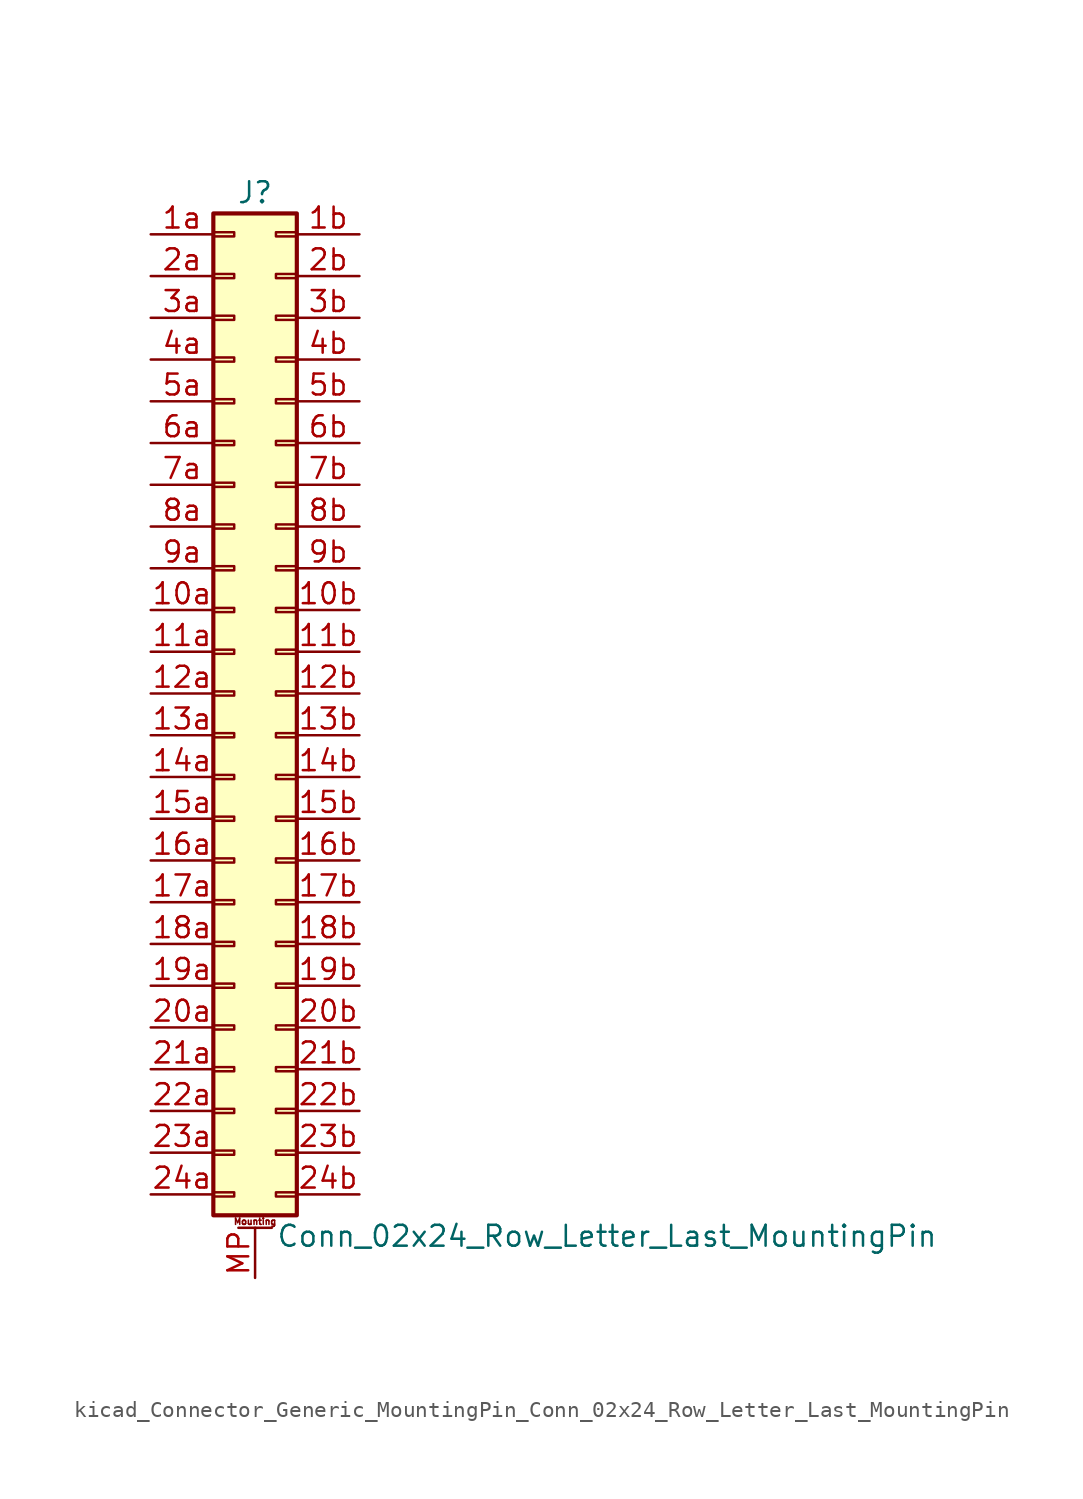
<source format=kicad_sym>
(kicad_symbol_lib
  (version 20220914)
  (generator kicad_symbol_editor)
  (symbol "kicad_Connector_Generic_MountingPin_Conn_02x24_Row_Letter_Last_MountingPin"
    (pin_names
      (offset 1.016) hide)
    (property "Reference" "J"
      (at 1.27 30.48 0)
      (effects (font (size 1.27 1.27))))
    (property "Value" "Conn_02x24_Row_Letter_Last_MountingPin"
      (at 2.54 -33.02 0)
      (effects (font (size 1.27 1.27)) (justify left)))
    (symbol "kicad_Connector_Generic_MountingPin_Conn_02x24_Row_Letter_Last_MountingPin_1_1"
      (rectangle (start -1.27 -30.353) (end 0 -30.607) (stroke (width 0.152) (type default)) (fill (type none)))
      (rectangle (start -1.27 -27.813) (end 0 -28.067) (stroke (width 0.152) (type default)) (fill (type none)))
      (rectangle (start -1.27 -25.273) (end 0 -25.527) (stroke (width 0.152) (type default)) (fill (type none)))
      (rectangle (start -1.27 -22.733) (end 0 -22.987) (stroke (width 0.152) (type default)) (fill (type none)))
      (rectangle (start -1.27 -20.193) (end 0 -20.447) (stroke (width 0.152) (type default)) (fill (type none)))
      (rectangle (start -1.27 -17.653) (end 0 -17.907) (stroke (width 0.152) (type default)) (fill (type none)))
      (rectangle (start -1.27 -15.113) (end 0 -15.367) (stroke (width 0.152) (type default)) (fill (type none)))
      (rectangle (start -1.27 -12.573) (end 0 -12.827) (stroke (width 0.152) (type default)) (fill (type none)))
      (rectangle (start -1.27 -10.033) (end 0 -10.287) (stroke (width 0.152) (type default)) (fill (type none)))
      (rectangle (start -1.27 -7.493) (end 0 -7.747) (stroke (width 0.152) (type default)) (fill (type none)))
      (rectangle (start -1.27 -4.953) (end 0 -5.207) (stroke (width 0.152) (type default)) (fill (type none)))
      (rectangle (start -1.27 -2.413) (end 0 -2.667) (stroke (width 0.152) (type default)) (fill (type none)))
      (rectangle (start -1.27 0.127) (end 0 -0.127) (stroke (width 0.152) (type default)) (fill (type none)))
      (rectangle (start -1.27 2.667) (end 0 2.413) (stroke (width 0.152) (type default)) (fill (type none)))
      (rectangle (start -1.27 5.207) (end 0 4.953) (stroke (width 0.152) (type default)) (fill (type none)))
      (rectangle (start -1.27 7.747) (end 0 7.493) (stroke (width 0.152) (type default)) (fill (type none)))
      (rectangle (start -1.27 10.287) (end 0 10.033) (stroke (width 0.152) (type default)) (fill (type none)))
      (rectangle (start -1.27 12.827) (end 0 12.573) (stroke (width 0.152) (type default)) (fill (type none)))
      (rectangle (start -1.27 15.367) (end 0 15.113) (stroke (width 0.152) (type default)) (fill (type none)))
      (rectangle (start -1.27 17.907) (end 0 17.653) (stroke (width 0.152) (type default)) (fill (type none)))
      (rectangle (start -1.27 20.447) (end 0 20.193) (stroke (width 0.152) (type default)) (fill (type none)))
      (rectangle (start -1.27 22.987) (end 0 22.733) (stroke (width 0.152) (type default)) (fill (type none)))
      (rectangle (start -1.27 25.527) (end 0 25.273) (stroke (width 0.152) (type default)) (fill (type none)))
      (rectangle (start -1.27 28.067) (end 0 27.813) (stroke (width 0.152) (type default)) (fill (type none)))
      (rectangle (start -1.27 29.21) (end 3.81 -31.75) (stroke (width 0.254) (type default)) (fill (type background)))
      (polyline (pts (xy 0.254 -32.512) (xy 2.286 -32.512)) (stroke (width 0.152) (type default)) (fill (type none)))
      (rectangle (start 3.81 -30.353) (end 2.54 -30.607) (stroke (width 0.152) (type default)) (fill (type none)))
      (rectangle (start 3.81 -27.813) (end 2.54 -28.067) (stroke (width 0.152) (type default)) (fill (type none)))
      (rectangle (start 3.81 -25.273) (end 2.54 -25.527) (stroke (width 0.152) (type default)) (fill (type none)))
      (rectangle (start 3.81 -22.733) (end 2.54 -22.987) (stroke (width 0.152) (type default)) (fill (type none)))
      (rectangle (start 3.81 -20.193) (end 2.54 -20.447) (stroke (width 0.152) (type default)) (fill (type none)))
      (rectangle (start 3.81 -17.653) (end 2.54 -17.907) (stroke (width 0.152) (type default)) (fill (type none)))
      (rectangle (start 3.81 -15.113) (end 2.54 -15.367) (stroke (width 0.152) (type default)) (fill (type none)))
      (rectangle (start 3.81 -12.573) (end 2.54 -12.827) (stroke (width 0.152) (type default)) (fill (type none)))
      (rectangle (start 3.81 -10.033) (end 2.54 -10.287) (stroke (width 0.152) (type default)) (fill (type none)))
      (rectangle (start 3.81 -7.493) (end 2.54 -7.747) (stroke (width 0.152) (type default)) (fill (type none)))
      (rectangle (start 3.81 -4.953) (end 2.54 -5.207) (stroke (width 0.152) (type default)) (fill (type none)))
      (rectangle (start 3.81 -2.413) (end 2.54 -2.667) (stroke (width 0.152) (type default)) (fill (type none)))
      (rectangle (start 3.81 0.127) (end 2.54 -0.127) (stroke (width 0.152) (type default)) (fill (type none)))
      (rectangle (start 3.81 2.667) (end 2.54 2.413) (stroke (width 0.152) (type default)) (fill (type none)))
      (rectangle (start 3.81 5.207) (end 2.54 4.953) (stroke (width 0.152) (type default)) (fill (type none)))
      (rectangle (start 3.81 7.747) (end 2.54 7.493) (stroke (width 0.152) (type default)) (fill (type none)))
      (rectangle (start 3.81 10.287) (end 2.54 10.033) (stroke (width 0.152) (type default)) (fill (type none)))
      (rectangle (start 3.81 12.827) (end 2.54 12.573) (stroke (width 0.152) (type default)) (fill (type none)))
      (rectangle (start 3.81 15.367) (end 2.54 15.113) (stroke (width 0.152) (type default)) (fill (type none)))
      (rectangle (start 3.81 17.907) (end 2.54 17.653) (stroke (width 0.152) (type default)) (fill (type none)))
      (rectangle (start 3.81 20.447) (end 2.54 20.193) (stroke (width 0.152) (type default)) (fill (type none)))
      (rectangle (start 3.81 22.987) (end 2.54 22.733) (stroke (width 0.152) (type default)) (fill (type none)))
      (rectangle (start 3.81 25.527) (end 2.54 25.273) (stroke (width 0.152) (type default)) (fill (type none)))
      (rectangle (start 3.81 28.067) (end 2.54 27.813) (stroke (width 0.152) (type default)) (fill (type none)))
      (text "Mounting" (at 1.27 -32.131 0) (effects (font (size 0.381 0.381))))
      (pin passive line (at -5.08 5.08 0) (length 3.81) (name "Pin_10a" (effects (font (size 1.27 1.27)))) (number "10a" (effects (font (size 1.27 1.27)))))
      (pin passive line (at 7.62 5.08 180) (length 3.81) (name "Pin_10b" (effects (font (size 1.27 1.27)))) (number "10b" (effects (font (size 1.27 1.27)))))
      (pin passive line (at -5.08 2.54 0) (length 3.81) (name "Pin_11a" (effects (font (size 1.27 1.27)))) (number "11a" (effects (font (size 1.27 1.27)))))
      (pin passive line (at 7.62 2.54 180) (length 3.81) (name "Pin_11b" (effects (font (size 1.27 1.27)))) (number "11b" (effects (font (size 1.27 1.27)))))
      (pin passive line (at -5.08 0 0) (length 3.81) (name "Pin_12a" (effects (font (size 1.27 1.27)))) (number "12a" (effects (font (size 1.27 1.27)))))
      (pin passive line (at 7.62 0 180) (length 3.81) (name "Pin_12b" (effects (font (size 1.27 1.27)))) (number "12b" (effects (font (size 1.27 1.27)))))
      (pin passive line (at -5.08 -2.54 0) (length 3.81) (name "Pin_13a" (effects (font (size 1.27 1.27)))) (number "13a" (effects (font (size 1.27 1.27)))))
      (pin passive line (at 7.62 -2.54 180) (length 3.81) (name "Pin_13b" (effects (font (size 1.27 1.27)))) (number "13b" (effects (font (size 1.27 1.27)))))
      (pin passive line (at -5.08 -5.08 0) (length 3.81) (name "Pin_14a" (effects (font (size 1.27 1.27)))) (number "14a" (effects (font (size 1.27 1.27)))))
      (pin passive line (at 7.62 -5.08 180) (length 3.81) (name "Pin_14b" (effects (font (size 1.27 1.27)))) (number "14b" (effects (font (size 1.27 1.27)))))
      (pin passive line (at -5.08 -7.62 0) (length 3.81) (name "Pin_15a" (effects (font (size 1.27 1.27)))) (number "15a" (effects (font (size 1.27 1.27)))))
      (pin passive line (at 7.62 -7.62 180) (length 3.81) (name "Pin_15b" (effects (font (size 1.27 1.27)))) (number "15b" (effects (font (size 1.27 1.27)))))
      (pin passive line (at -5.08 -10.16 0) (length 3.81) (name "Pin_16a" (effects (font (size 1.27 1.27)))) (number "16a" (effects (font (size 1.27 1.27)))))
      (pin passive line (at 7.62 -10.16 180) (length 3.81) (name "Pin_16b" (effects (font (size 1.27 1.27)))) (number "16b" (effects (font (size 1.27 1.27)))))
      (pin passive line (at -5.08 -12.7 0) (length 3.81) (name "Pin_17a" (effects (font (size 1.27 1.27)))) (number "17a" (effects (font (size 1.27 1.27)))))
      (pin passive line (at 7.62 -12.7 180) (length 3.81) (name "Pin_17b" (effects (font (size 1.27 1.27)))) (number "17b" (effects (font (size 1.27 1.27)))))
      (pin passive line (at -5.08 -15.24 0) (length 3.81) (name "Pin_18a" (effects (font (size 1.27 1.27)))) (number "18a" (effects (font (size 1.27 1.27)))))
      (pin passive line (at 7.62 -15.24 180) (length 3.81) (name "Pin_18b" (effects (font (size 1.27 1.27)))) (number "18b" (effects (font (size 1.27 1.27)))))
      (pin passive line (at -5.08 -17.78 0) (length 3.81) (name "Pin_19a" (effects (font (size 1.27 1.27)))) (number "19a" (effects (font (size 1.27 1.27)))))
      (pin passive line (at 7.62 -17.78 180) (length 3.81) (name "Pin_19b" (effects (font (size 1.27 1.27)))) (number "19b" (effects (font (size 1.27 1.27)))))
      (pin passive line (at -5.08 27.94 0) (length 3.81) (name "Pin_1a" (effects (font (size 1.27 1.27)))) (number "1a" (effects (font (size 1.27 1.27)))))
      (pin passive line (at 7.62 27.94 180) (length 3.81) (name "Pin_1b" (effects (font (size 1.27 1.27)))) (number "1b" (effects (font (size 1.27 1.27)))))
      (pin passive line (at -5.08 -20.32 0) (length 3.81) (name "Pin_20a" (effects (font (size 1.27 1.27)))) (number "20a" (effects (font (size 1.27 1.27)))))
      (pin passive line (at 7.62 -20.32 180) (length 3.81) (name "Pin_20b" (effects (font (size 1.27 1.27)))) (number "20b" (effects (font (size 1.27 1.27)))))
      (pin passive line (at -5.08 -22.86 0) (length 3.81) (name "Pin_21a" (effects (font (size 1.27 1.27)))) (number "21a" (effects (font (size 1.27 1.27)))))
      (pin passive line (at 7.62 -22.86 180) (length 3.81) (name "Pin_21b" (effects (font (size 1.27 1.27)))) (number "21b" (effects (font (size 1.27 1.27)))))
      (pin passive line (at -5.08 -25.4 0) (length 3.81) (name "Pin_22a" (effects (font (size 1.27 1.27)))) (number "22a" (effects (font (size 1.27 1.27)))))
      (pin passive line (at 7.62 -25.4 180) (length 3.81) (name "Pin_22b" (effects (font (size 1.27 1.27)))) (number "22b" (effects (font (size 1.27 1.27)))))
      (pin passive line (at -5.08 -27.94 0) (length 3.81) (name "Pin_23a" (effects (font (size 1.27 1.27)))) (number "23a" (effects (font (size 1.27 1.27)))))
      (pin passive line (at 7.62 -27.94 180) (length 3.81) (name "Pin_23b" (effects (font (size 1.27 1.27)))) (number "23b" (effects (font (size 1.27 1.27)))))
      (pin passive line (at -5.08 -30.48 0) (length 3.81) (name "Pin_24a" (effects (font (size 1.27 1.27)))) (number "24a" (effects (font (size 1.27 1.27)))))
      (pin passive line (at 7.62 -30.48 180) (length 3.81) (name "Pin_24b" (effects (font (size 1.27 1.27)))) (number "24b" (effects (font (size 1.27 1.27)))))
      (pin passive line (at -5.08 25.4 0) (length 3.81) (name "Pin_2a" (effects (font (size 1.27 1.27)))) (number "2a" (effects (font (size 1.27 1.27)))))
      (pin passive line (at 7.62 25.4 180) (length 3.81) (name "Pin_2b" (effects (font (size 1.27 1.27)))) (number "2b" (effects (font (size 1.27 1.27)))))
      (pin passive line (at -5.08 22.86 0) (length 3.81) (name "Pin_3a" (effects (font (size 1.27 1.27)))) (number "3a" (effects (font (size 1.27 1.27)))))
      (pin passive line (at 7.62 22.86 180) (length 3.81) (name "Pin_3b" (effects (font (size 1.27 1.27)))) (number "3b" (effects (font (size 1.27 1.27)))))
      (pin passive line (at -5.08 20.32 0) (length 3.81) (name "Pin_4a" (effects (font (size 1.27 1.27)))) (number "4a" (effects (font (size 1.27 1.27)))))
      (pin passive line (at 7.62 20.32 180) (length 3.81) (name "Pin_4b" (effects (font (size 1.27 1.27)))) (number "4b" (effects (font (size 1.27 1.27)))))
      (pin passive line (at -5.08 17.78 0) (length 3.81) (name "Pin_5a" (effects (font (size 1.27 1.27)))) (number "5a" (effects (font (size 1.27 1.27)))))
      (pin passive line (at 7.62 17.78 180) (length 3.81) (name "Pin_5b" (effects (font (size 1.27 1.27)))) (number "5b" (effects (font (size 1.27 1.27)))))
      (pin passive line (at -5.08 15.24 0) (length 3.81) (name "Pin_6a" (effects (font (size 1.27 1.27)))) (number "6a" (effects (font (size 1.27 1.27)))))
      (pin passive line (at 7.62 15.24 180) (length 3.81) (name "Pin_6b" (effects (font (size 1.27 1.27)))) (number "6b" (effects (font (size 1.27 1.27)))))
      (pin passive line (at -5.08 12.7 0) (length 3.81) (name "Pin_7a" (effects (font (size 1.27 1.27)))) (number "7a" (effects (font (size 1.27 1.27)))))
      (pin passive line (at 7.62 12.7 180) (length 3.81) (name "Pin_7b" (effects (font (size 1.27 1.27)))) (number "7b" (effects (font (size 1.27 1.27)))))
      (pin passive line (at -5.08 10.16 0) (length 3.81) (name "Pin_8a" (effects (font (size 1.27 1.27)))) (number "8a" (effects (font (size 1.27 1.27)))))
      (pin passive line (at 7.62 10.16 180) (length 3.81) (name "Pin_8b" (effects (font (size 1.27 1.27)))) (number "8b" (effects (font (size 1.27 1.27)))))
      (pin passive line (at -5.08 7.62 0) (length 3.81) (name "Pin_9a" (effects (font (size 1.27 1.27)))) (number "9a" (effects (font (size 1.27 1.27)))))
      (pin passive line (at 7.62 7.62 180) (length 3.81) (name "Pin_9b" (effects (font (size 1.27 1.27)))) (number "9b" (effects (font (size 1.27 1.27)))))
      (pin passive line (at 1.27 -35.56 90) (length 3.048) (name "MountPin" (effects (font (size 1.27 1.27)))) (number "MP" (effects (font (size 1.27 1.27))))))))
</source>
